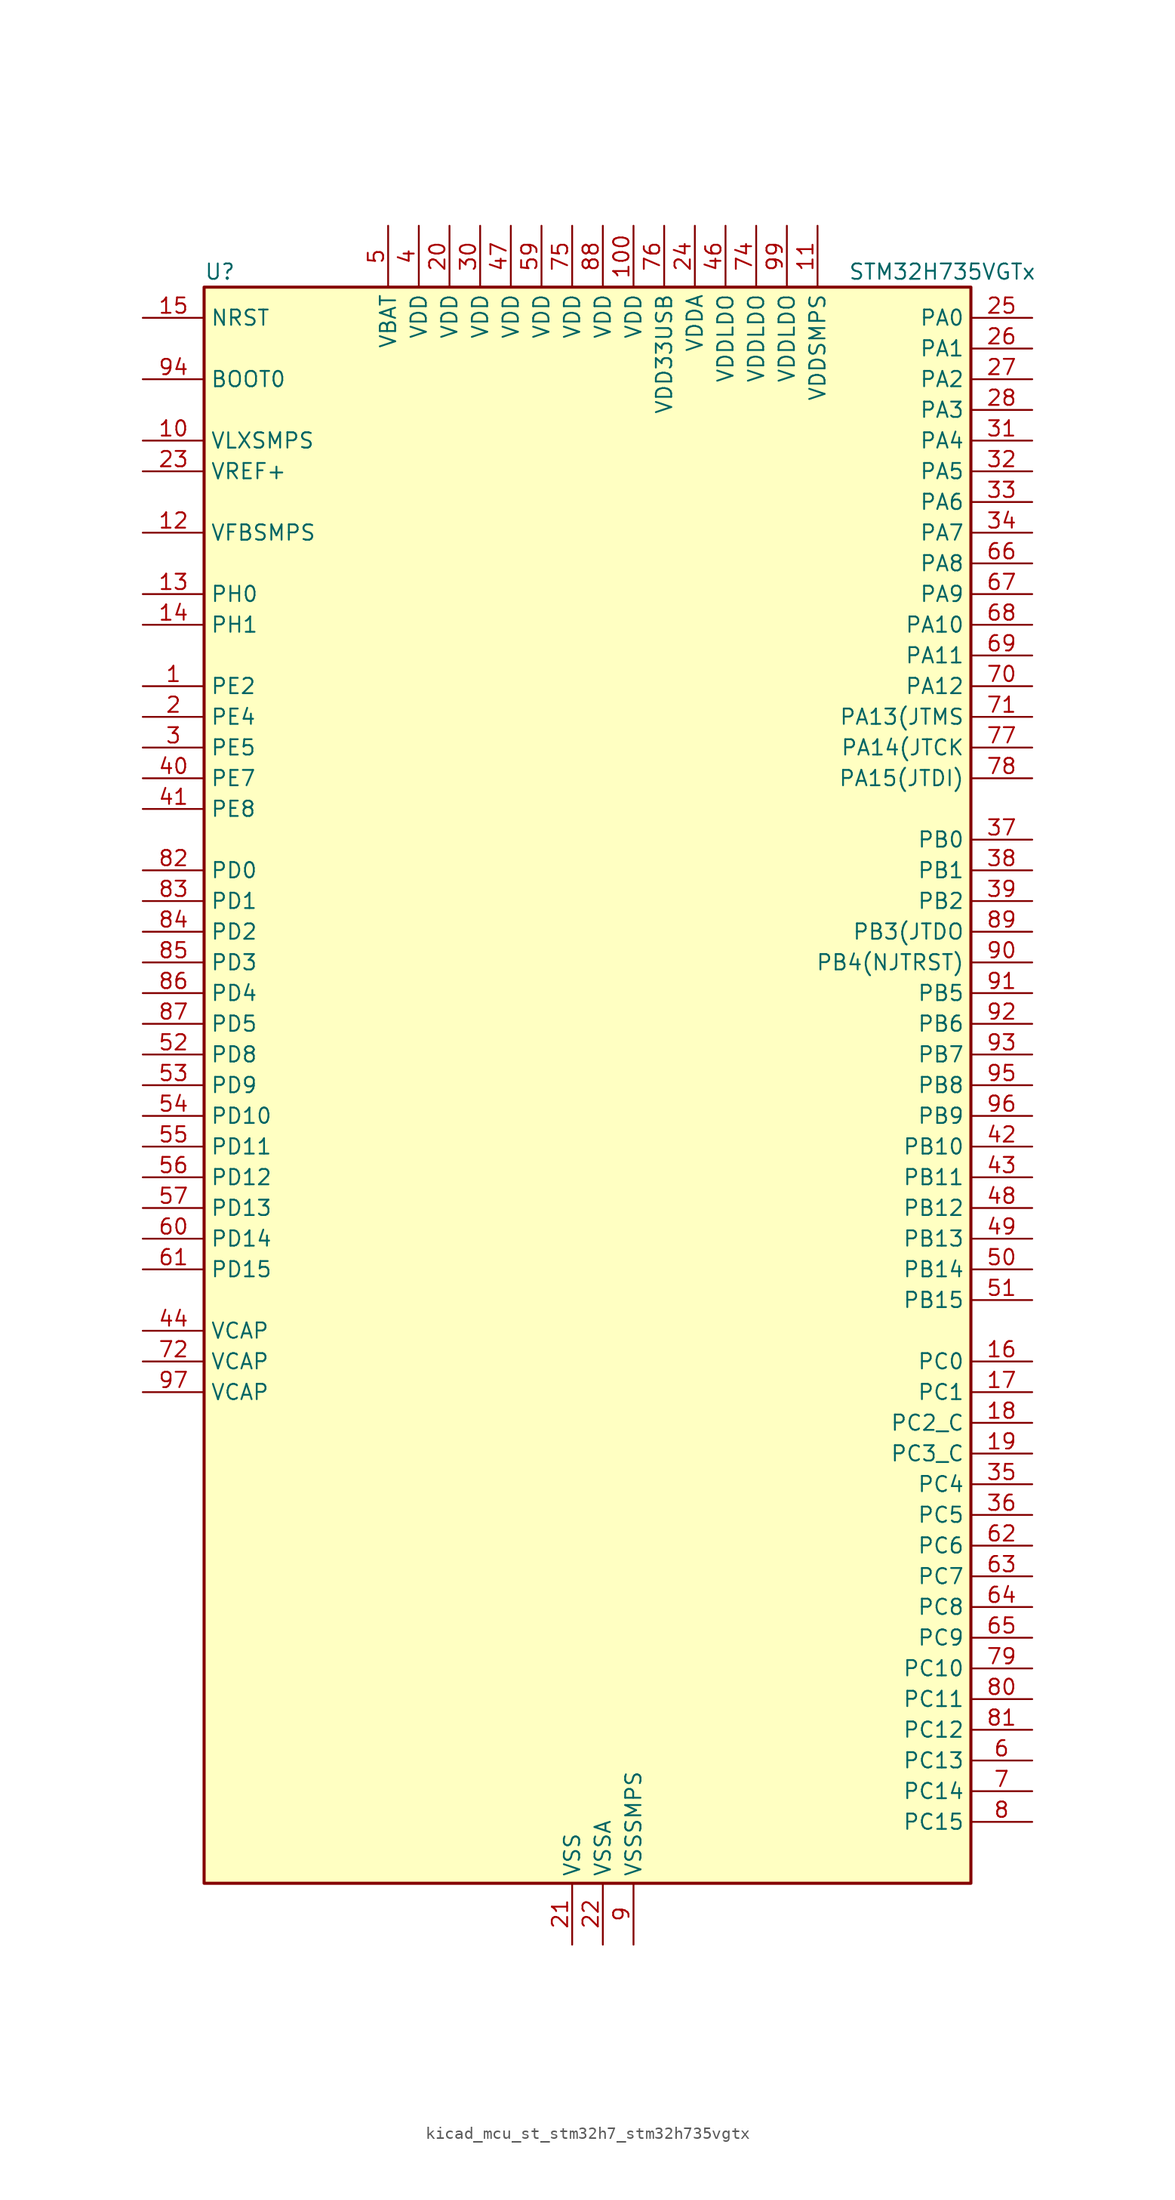
<source format=kicad_sym>
(kicad_symbol_lib
  (version 20220914)
  (generator kicad_symbol_editor)
  (symbol "kicad_mcu_st_stm32h7_stm32h735vgtx"
    (property "Reference" "U"
      (at -30.48 67.31 0)
      (effects (font (size 1.27 1.27)) (justify left)))
    (property "Value" "STM32H735VGTx"
      (at 22.86 67.31 0)
      (effects (font (size 1.27 1.27)) (justify left)))
    (property "ki_locked" ""
      (at 0 0 0)
      (effects (font (size 1.27 1.27))))
    (symbol "kicad_mcu_st_stm32h7_stm32h735vgtx_0_1"
      (rectangle (start -30.48 -66.04) (end 33.02 66.04) (stroke (width 0.254) (type default)) (fill (type background))))
    (symbol "kicad_mcu_st_stm32h7_stm32h735vgtx_1_1"
      (pin bidirectional line (at -35.56 33.02 0) (length 5.08) (name "PE2" (effects (font (size 1.27 1.27)))) (number "1" (effects (font (size 1.27 1.27)))) (alternate "DEBUG_TRACECLK" bidirectional line) (alternate "ETH_TXD3" bidirectional line) (alternate "FMC_A23" bidirectional line) (alternate "OCTOSPIM_P1_IO2" bidirectional line) (alternate "SAI1_CK1" bidirectional line) (alternate "SAI1_MCLK_A" bidirectional line) (alternate "SAI4_CK1" bidirectional line) (alternate "SAI4_MCLK_A" bidirectional line) (alternate "SPI4_SCK" bidirectional line))
      (pin power_in line (at -35.56 53.34 0) (length 5.08) (name "VLXSMPS" (effects (font (size 1.27 1.27)))) (number "10" (effects (font (size 1.27 1.27)))))
      (pin power_in line (at 5.08 71.12 270) (length 5.08) (name "VDD" (effects (font (size 1.27 1.27)))) (number "100" (effects (font (size 1.27 1.27)))))
      (pin power_in line (at 20.32 71.12 270) (length 5.08) (name "VDDSMPS" (effects (font (size 1.27 1.27)))) (number "11" (effects (font (size 1.27 1.27)))))
      (pin input line (at -35.56 45.72 0) (length 5.08) (name "VFBSMPS" (effects (font (size 1.27 1.27)))) (number "12" (effects (font (size 1.27 1.27)))))
      (pin bidirectional line (at -35.56 40.64 0) (length 5.08) (name "PH0" (effects (font (size 1.27 1.27)))) (number "13" (effects (font (size 1.27 1.27)))) (alternate "RCC_OSC_IN" bidirectional line))
      (pin bidirectional line (at -35.56 38.1 0) (length 5.08) (name "PH1" (effects (font (size 1.27 1.27)))) (number "14" (effects (font (size 1.27 1.27)))) (alternate "RCC_OSC_OUT" bidirectional line))
      (pin input line (at -35.56 63.5 0) (length 5.08) (name "NRST" (effects (font (size 1.27 1.27)))) (number "15" (effects (font (size 1.27 1.27)))))
      (pin bidirectional line (at 38.1 -22.86 180) (length 5.08) (name "PC0" (effects (font (size 1.27 1.27)))) (number "16" (effects (font (size 1.27 1.27)))) (alternate "ADC1_INP10" bidirectional line) (alternate "ADC2_INP10" bidirectional line) (alternate "ADC3_INP10" bidirectional line) (alternate "DFSDM1_CKIN0" bidirectional line) (alternate "DFSDM1_DATIN4" bidirectional line) (alternate "FMC_A25" bidirectional line) (alternate "FMC_D12" bidirectional line) (alternate "FMC_DA12" bidirectional line) (alternate "FMC_SDNWE" bidirectional line) (alternate "LTDC_G2" bidirectional line) (alternate "LTDC_R5" bidirectional line) (alternate "SAI4_FS_B" bidirectional line) (alternate "USB_OTG_HS_ULPI_STP" bidirectional line))
      (pin bidirectional line (at 38.1 -25.4 180) (length 5.08) (name "PC1" (effects (font (size 1.27 1.27)))) (number "17" (effects (font (size 1.27 1.27)))) (alternate "ADC1_INN10" bidirectional line) (alternate "ADC1_INP11" bidirectional line) (alternate "ADC2_INN10" bidirectional line) (alternate "ADC2_INP11" bidirectional line) (alternate "ADC3_INN10" bidirectional line) (alternate "ADC3_INP11" bidirectional line) (alternate "DEBUG_TRACED0" bidirectional line) (alternate "DFSDM1_CKIN4" bidirectional line) (alternate "DFSDM1_DATIN0" bidirectional line) (alternate "ETH_MDC" bidirectional line) (alternate "I2S2_SDO" bidirectional line) (alternate "LTDC_G5" bidirectional line) (alternate "MDIOS_MDC" bidirectional line) (alternate "OCTOSPIM_P1_IO4" bidirectional line) (alternate "PWR_WKUP6" bidirectional line) (alternate "RTC_TAMP3" bidirectional line) (alternate "SAI1_D1" bidirectional line) (alternate "SAI1_SD_A" bidirectional line) (alternate "SAI4_D1" bidirectional line) (alternate "SAI4_SD_A" bidirectional line) (alternate "SDMMC2_CK" bidirectional line) (alternate "SPI2_MOSI" bidirectional line))
      (pin bidirectional line (at 38.1 -27.94 180) (length 5.08) (name "PC2_C" (effects (font (size 1.27 1.27)))) (number "18" (effects (font (size 1.27 1.27)))) (alternate "ADC3_INN1" bidirectional line) (alternate "ADC3_INP0" bidirectional line) (alternate "DFSDM1_CKIN1" bidirectional line) (alternate "DFSDM1_CKOUT" bidirectional line) (alternate "ETH_TXD2" bidirectional line) (alternate "FMC_SDNE0" bidirectional line) (alternate "I2S2_SDI" bidirectional line) (alternate "OCTOSPIM_P1_IO2" bidirectional line) (alternate "OCTOSPIM_P1_IO5" bidirectional line) (alternate "PWR_CSTOP" bidirectional line) (alternate "SPI2_MISO" bidirectional line) (alternate "USB_OTG_HS_ULPI_DIR" bidirectional line))
      (pin bidirectional line (at 38.1 -30.48 180) (length 5.08) (name "PC3_C" (effects (font (size 1.27 1.27)))) (number "19" (effects (font (size 1.27 1.27)))) (alternate "ADC3_INP1" bidirectional line) (alternate "DFSDM1_DATIN1" bidirectional line) (alternate "ETH_TX_CLK" bidirectional line) (alternate "FMC_SDCKE0" bidirectional line) (alternate "I2S2_SDO" bidirectional line) (alternate "OCTOSPIM_P1_IO0" bidirectional line) (alternate "OCTOSPIM_P1_IO6" bidirectional line) (alternate "PWR_CSLEEP" bidirectional line) (alternate "SPI2_MOSI" bidirectional line) (alternate "USB_OTG_HS_ULPI_NXT" bidirectional line))
      (pin bidirectional line (at -35.56 30.48 0) (length 5.08) (name "PE4" (effects (font (size 1.27 1.27)))) (number "2" (effects (font (size 1.27 1.27)))) (alternate "DCMI_D4" bidirectional line) (alternate "DEBUG_TRACED1" bidirectional line) (alternate "DFSDM1_DATIN3" bidirectional line) (alternate "FMC_A20" bidirectional line) (alternate "LTDC_B0" bidirectional line) (alternate "PSSI_D4" bidirectional line) (alternate "SAI1_D2" bidirectional line) (alternate "SAI1_FS_A" bidirectional line) (alternate "SAI4_D2" bidirectional line) (alternate "SAI4_FS_A" bidirectional line) (alternate "SPI4_NSS" bidirectional line) (alternate "TIM15_CH1N" bidirectional line))
      (pin power_in line (at -10.16 71.12 270) (length 5.08) (name "VDD" (effects (font (size 1.27 1.27)))) (number "20" (effects (font (size 1.27 1.27)))))
      (pin power_in line (at 0 -71.12 90) (length 5.08) (name "VSS" (effects (font (size 1.27 1.27)))) (number "21" (effects (font (size 1.27 1.27)))))
      (pin power_in line (at 2.54 -71.12 90) (length 5.08) (name "VSSA" (effects (font (size 1.27 1.27)))) (number "22" (effects (font (size 1.27 1.27)))))
      (pin input line (at -35.56 50.8 0) (length 5.08) (name "VREF+" (effects (font (size 1.27 1.27)))) (number "23" (effects (font (size 1.27 1.27)))) (alternate "VREFBUF_OUT" bidirectional line))
      (pin power_in line (at 10.16 71.12 270) (length 5.08) (name "VDDA" (effects (font (size 1.27 1.27)))) (number "24" (effects (font (size 1.27 1.27)))))
      (pin bidirectional line (at 38.1 63.5 180) (length 5.08) (name "PA0" (effects (font (size 1.27 1.27)))) (number "25" (effects (font (size 1.27 1.27)))) (alternate "ADC1_INP16" bidirectional line) (alternate "ETH_CRS" bidirectional line) (alternate "FMC_A19" bidirectional line) (alternate "I2S6_WS" bidirectional line) (alternate "PWR_WKUP1" bidirectional line) (alternate "SAI4_SD_B" bidirectional line) (alternate "SDMMC2_CMD" bidirectional line) (alternate "SPI6_NSS" bidirectional line) (alternate "TIM15_BKIN" bidirectional line) (alternate "TIM2_CH1" bidirectional line) (alternate "TIM2_ETR" bidirectional line) (alternate "TIM5_CH1" bidirectional line) (alternate "TIM8_ETR" bidirectional line) (alternate "UART4_TX" bidirectional line) (alternate "USART2_CTS" bidirectional line) (alternate "USART2_NSS" bidirectional line))
      (pin bidirectional line (at 38.1 60.96 180) (length 5.08) (name "PA1" (effects (font (size 1.27 1.27)))) (number "26" (effects (font (size 1.27 1.27)))) (alternate "ADC1_INN16" bidirectional line) (alternate "ADC1_INP17" bidirectional line) (alternate "ETH_REF_CLK" bidirectional line) (alternate "ETH_RX_CLK" bidirectional line) (alternate "LPTIM3_OUT" bidirectional line) (alternate "LTDC_R2" bidirectional line) (alternate "OCTOSPIM_P1_DQS" bidirectional line) (alternate "OCTOSPIM_P1_IO3" bidirectional line) (alternate "SAI4_MCLK_B" bidirectional line) (alternate "TIM15_CH1N" bidirectional line) (alternate "TIM2_CH2" bidirectional line) (alternate "TIM5_CH2" bidirectional line) (alternate "UART4_RX" bidirectional line) (alternate "USART2_DE" bidirectional line) (alternate "USART2_RTS" bidirectional line))
      (pin bidirectional line (at 38.1 58.42 180) (length 5.08) (name "PA2" (effects (font (size 1.27 1.27)))) (number "27" (effects (font (size 1.27 1.27)))) (alternate "ADC1_INP14" bidirectional line) (alternate "ADC2_INP14" bidirectional line) (alternate "ETH_MDIO" bidirectional line) (alternate "LPTIM4_OUT" bidirectional line) (alternate "LTDC_R1" bidirectional line) (alternate "MDIOS_MDIO" bidirectional line) (alternate "OCTOSPIM_P1_IO0" bidirectional line) (alternate "PWR_WKUP2" bidirectional line) (alternate "SAI4_SCK_B" bidirectional line) (alternate "TIM15_CH1" bidirectional line) (alternate "TIM2_CH3" bidirectional line) (alternate "TIM5_CH3" bidirectional line) (alternate "USART2_TX" bidirectional line))
      (pin bidirectional line (at 38.1 55.88 180) (length 5.08) (name "PA3" (effects (font (size 1.27 1.27)))) (number "28" (effects (font (size 1.27 1.27)))) (alternate "ADC1_INP15" bidirectional line) (alternate "ADC2_INP15" bidirectional line) (alternate "ETH_COL" bidirectional line) (alternate "I2S6_MCK" bidirectional line) (alternate "LPTIM5_OUT" bidirectional line) (alternate "LTDC_B2" bidirectional line) (alternate "LTDC_B5" bidirectional line) (alternate "OCTOSPIM_P1_CLK" bidirectional line) (alternate "OCTOSPIM_P1_IO2" bidirectional line) (alternate "TIM15_CH2" bidirectional line) (alternate "TIM2_CH4" bidirectional line) (alternate "TIM5_CH4" bidirectional line) (alternate "USART2_RX" bidirectional line) (alternate "USB_OTG_HS_ULPI_D0" bidirectional line))
      (pin passive line (at 0 -71.12 90) (length 5.08) hide (name "VSS" (effects (font (size 1.27 1.27)))) (number "29" (effects (font (size 1.27 1.27)))))
      (pin bidirectional line (at -35.56 27.94 0) (length 5.08) (name "PE5" (effects (font (size 1.27 1.27)))) (number "3" (effects (font (size 1.27 1.27)))) (alternate "DCMI_D6" bidirectional line) (alternate "DEBUG_TRACED2" bidirectional line) (alternate "DFSDM1_CKIN3" bidirectional line) (alternate "FMC_A21" bidirectional line) (alternate "LTDC_G0" bidirectional line) (alternate "PSSI_D6" bidirectional line) (alternate "SAI1_CK2" bidirectional line) (alternate "SAI1_SCK_A" bidirectional line) (alternate "SAI4_CK2" bidirectional line) (alternate "SAI4_SCK_A" bidirectional line) (alternate "SPI4_MISO" bidirectional line) (alternate "TIM15_CH1" bidirectional line))
      (pin power_in line (at -7.62 71.12 270) (length 5.08) (name "VDD" (effects (font (size 1.27 1.27)))) (number "30" (effects (font (size 1.27 1.27)))))
      (pin bidirectional line (at 38.1 53.34 180) (length 5.08) (name "PA4" (effects (font (size 1.27 1.27)))) (number "31" (effects (font (size 1.27 1.27)))) (alternate "ADC1_INP18" bidirectional line) (alternate "ADC2_INP18" bidirectional line) (alternate "DAC1_OUT1" bidirectional line) (alternate "DCMI_HSYNC" bidirectional line) (alternate "FMC_D8" bidirectional line) (alternate "FMC_DA8" bidirectional line) (alternate "I2S1_WS" bidirectional line) (alternate "I2S3_WS" bidirectional line) (alternate "I2S6_WS" bidirectional line) (alternate "LTDC_VSYNC" bidirectional line) (alternate "PSSI_DE" bidirectional line) (alternate "SPI1_NSS" bidirectional line) (alternate "SPI3_NSS" bidirectional line) (alternate "SPI6_NSS" bidirectional line) (alternate "TIM5_ETR" bidirectional line) (alternate "USART2_CK" bidirectional line))
      (pin bidirectional line (at 38.1 50.8 180) (length 5.08) (name "PA5" (effects (font (size 1.27 1.27)))) (number "32" (effects (font (size 1.27 1.27)))) (alternate "ADC1_INN18" bidirectional line) (alternate "ADC1_INP19" bidirectional line) (alternate "ADC2_INN18" bidirectional line) (alternate "ADC2_INP19" bidirectional line) (alternate "DAC1_OUT2" bidirectional line) (alternate "FMC_D9" bidirectional line) (alternate "FMC_DA9" bidirectional line) (alternate "I2S1_CK" bidirectional line) (alternate "I2S6_CK" bidirectional line) (alternate "LTDC_R4" bidirectional line) (alternate "PSSI_D14" bidirectional line) (alternate "PWR_NDSTOP2" bidirectional line) (alternate "SPI1_SCK" bidirectional line) (alternate "SPI6_SCK" bidirectional line) (alternate "TIM2_CH1" bidirectional line) (alternate "TIM2_ETR" bidirectional line) (alternate "TIM8_CH1N" bidirectional line) (alternate "USB_OTG_HS_ULPI_CK" bidirectional line))
      (pin bidirectional line (at 38.1 48.26 180) (length 5.08) (name "PA6" (effects (font (size 1.27 1.27)))) (number "33" (effects (font (size 1.27 1.27)))) (alternate "ADC1_INP3" bidirectional line) (alternate "ADC2_INP3" bidirectional line) (alternate "DCMI_PIXCLK" bidirectional line) (alternate "I2S1_SDI" bidirectional line) (alternate "I2S6_SDI" bidirectional line) (alternate "LTDC_G2" bidirectional line) (alternate "MDIOS_MDC" bidirectional line) (alternate "OCTOSPIM_P1_IO3" bidirectional line) (alternate "PSSI_PDCK" bidirectional line) (alternate "SPI1_MISO" bidirectional line) (alternate "SPI6_MISO" bidirectional line) (alternate "TIM13_CH1" bidirectional line) (alternate "TIM1_BKIN" bidirectional line) (alternate "TIM1_BKIN_COMP1" bidirectional line) (alternate "TIM1_BKIN_COMP2" bidirectional line) (alternate "TIM3_CH1" bidirectional line) (alternate "TIM8_BKIN" bidirectional line) (alternate "TIM8_BKIN_COMP1" bidirectional line) (alternate "TIM8_BKIN_COMP2" bidirectional line))
      (pin bidirectional line (at 38.1 45.72 180) (length 5.08) (name "PA7" (effects (font (size 1.27 1.27)))) (number "34" (effects (font (size 1.27 1.27)))) (alternate "ADC1_INN3" bidirectional line) (alternate "ADC1_INP7" bidirectional line) (alternate "ADC2_INN3" bidirectional line) (alternate "ADC2_INP7" bidirectional line) (alternate "ETH_CRS_DV" bidirectional line) (alternate "ETH_RX_DV" bidirectional line) (alternate "FMC_SDNWE" bidirectional line) (alternate "I2S1_SDO" bidirectional line) (alternate "I2S6_SDO" bidirectional line) (alternate "LTDC_VSYNC" bidirectional line) (alternate "OCTOSPIM_P1_IO2" bidirectional line) (alternate "OPAMP1_VINM" bidirectional line) (alternate "SPI1_MOSI" bidirectional line) (alternate "SPI6_MOSI" bidirectional line) (alternate "TIM14_CH1" bidirectional line) (alternate "TIM1_CH1N" bidirectional line) (alternate "TIM3_CH2" bidirectional line) (alternate "TIM8_CH1N" bidirectional line))
      (pin bidirectional line (at 38.1 -33.02 180) (length 5.08) (name "PC4" (effects (font (size 1.27 1.27)))) (number "35" (effects (font (size 1.27 1.27)))) (alternate "ADC1_INP4" bidirectional line) (alternate "ADC2_INP4" bidirectional line) (alternate "COMP1_INM" bidirectional line) (alternate "DFSDM1_CKIN2" bidirectional line) (alternate "ETH_RXD0" bidirectional line) (alternate "FMC_A22" bidirectional line) (alternate "FMC_SDNE0" bidirectional line) (alternate "I2S1_MCK" bidirectional line) (alternate "LTDC_R7" bidirectional line) (alternate "OPAMP1_VOUT" bidirectional line) (alternate "SDMMC2_CKIN" bidirectional line) (alternate "SPDIFRX1_IN2" bidirectional line))
      (pin bidirectional line (at 38.1 -35.56 180) (length 5.08) (name "PC5" (effects (font (size 1.27 1.27)))) (number "36" (effects (font (size 1.27 1.27)))) (alternate "ADC1_INN4" bidirectional line) (alternate "ADC1_INP8" bidirectional line) (alternate "ADC2_INN4" bidirectional line) (alternate "ADC2_INP8" bidirectional line) (alternate "COMP1_OUT" bidirectional line) (alternate "DFSDM1_DATIN2" bidirectional line) (alternate "ETH_RXD1" bidirectional line) (alternate "FMC_SDCKE0" bidirectional line) (alternate "LTDC_DE" bidirectional line) (alternate "OCTOSPIM_P1_DQS" bidirectional line) (alternate "OPAMP1_VINM" bidirectional line) (alternate "PSSI_D15" bidirectional line) (alternate "SAI1_D3" bidirectional line) (alternate "SAI4_D3" bidirectional line) (alternate "SPDIFRX1_IN3" bidirectional line))
      (pin bidirectional line (at 38.1 20.32 180) (length 5.08) (name "PB0" (effects (font (size 1.27 1.27)))) (number "37" (effects (font (size 1.27 1.27)))) (alternate "ADC1_INN5" bidirectional line) (alternate "ADC1_INP9" bidirectional line) (alternate "ADC2_INN5" bidirectional line) (alternate "ADC2_INP9" bidirectional line) (alternate "COMP1_INP" bidirectional line) (alternate "DFSDM1_CKOUT" bidirectional line) (alternate "ETH_RXD2" bidirectional line) (alternate "LTDC_G1" bidirectional line) (alternate "LTDC_R3" bidirectional line) (alternate "OCTOSPIM_P1_IO1" bidirectional line) (alternate "OPAMP1_VINP" bidirectional line) (alternate "TIM1_CH2N" bidirectional line) (alternate "TIM3_CH3" bidirectional line) (alternate "TIM8_CH2N" bidirectional line) (alternate "UART4_CTS" bidirectional line) (alternate "USB_OTG_HS_ULPI_D1" bidirectional line))
      (pin bidirectional line (at 38.1 17.78 180) (length 5.08) (name "PB1" (effects (font (size 1.27 1.27)))) (number "38" (effects (font (size 1.27 1.27)))) (alternate "ADC1_INP5" bidirectional line) (alternate "ADC2_INP5" bidirectional line) (alternate "COMP1_INM" bidirectional line) (alternate "DFSDM1_DATIN1" bidirectional line) (alternate "ETH_RXD3" bidirectional line) (alternate "LTDC_G0" bidirectional line) (alternate "LTDC_R6" bidirectional line) (alternate "OCTOSPIM_P1_IO0" bidirectional line) (alternate "TIM1_CH3N" bidirectional line) (alternate "TIM3_CH4" bidirectional line) (alternate "TIM8_CH3N" bidirectional line) (alternate "USB_OTG_HS_ULPI_D2" bidirectional line))
      (pin bidirectional line (at 38.1 15.24 180) (length 5.08) (name "PB2" (effects (font (size 1.27 1.27)))) (number "39" (effects (font (size 1.27 1.27)))) (alternate "COMP1_INP" bidirectional line) (alternate "DFSDM1_CKIN1" bidirectional line) (alternate "ETH_TX_ER" bidirectional line) (alternate "I2S3_SDO" bidirectional line) (alternate "OCTOSPIM_P1_CLK" bidirectional line) (alternate "OCTOSPIM_P1_DQS" bidirectional line) (alternate "RTC_OUT_ALARM" bidirectional line) (alternate "RTC_OUT_CALIB" bidirectional line) (alternate "SAI1_D1" bidirectional line) (alternate "SAI1_SD_A" bidirectional line) (alternate "SAI4_D1" bidirectional line) (alternate "SAI4_SD_A" bidirectional line) (alternate "SPI3_MOSI" bidirectional line) (alternate "TIM23_ETR" bidirectional line))
      (pin power_in line (at -12.7 71.12 270) (length 5.08) (name "VDD" (effects (font (size 1.27 1.27)))) (number "4" (effects (font (size 1.27 1.27)))))
      (pin bidirectional line (at -35.56 25.4 0) (length 5.08) (name "PE7" (effects (font (size 1.27 1.27)))) (number "40" (effects (font (size 1.27 1.27)))) (alternate "COMP2_INM" bidirectional line) (alternate "DFSDM1_DATIN2" bidirectional line) (alternate "FMC_D4" bidirectional line) (alternate "FMC_DA4" bidirectional line) (alternate "OCTOSPIM_P1_IO4" bidirectional line) (alternate "OPAMP2_VOUT" bidirectional line) (alternate "TIM1_ETR" bidirectional line) (alternate "UART7_RX" bidirectional line))
      (pin bidirectional line (at -35.56 22.86 0) (length 5.08) (name "PE8" (effects (font (size 1.27 1.27)))) (number "41" (effects (font (size 1.27 1.27)))) (alternate "COMP2_OUT" bidirectional line) (alternate "DFSDM1_CKIN2" bidirectional line) (alternate "FMC_D5" bidirectional line) (alternate "FMC_DA5" bidirectional line) (alternate "OCTOSPIM_P1_IO5" bidirectional line) (alternate "OPAMP2_VINM" bidirectional line) (alternate "TIM1_CH1N" bidirectional line) (alternate "UART7_TX" bidirectional line))
      (pin bidirectional line (at 38.1 -5.08 180) (length 5.08) (name "PB10" (effects (font (size 1.27 1.27)))) (number "42" (effects (font (size 1.27 1.27)))) (alternate "DFSDM1_DATIN7" bidirectional line) (alternate "ETH_RX_ER" bidirectional line) (alternate "I2C2_SCL" bidirectional line) (alternate "I2S2_CK" bidirectional line) (alternate "LPTIM2_IN1" bidirectional line) (alternate "LTDC_G4" bidirectional line) (alternate "OCTOSPIM_P1_NCS" bidirectional line) (alternate "SPI2_SCK" bidirectional line) (alternate "TIM2_CH3" bidirectional line) (alternate "USART3_TX" bidirectional line) (alternate "USB_OTG_HS_ULPI_D3" bidirectional line))
      (pin bidirectional line (at 38.1 -7.62 180) (length 5.08) (name "PB11" (effects (font (size 1.27 1.27)))) (number "43" (effects (font (size 1.27 1.27)))) (alternate "ADC1_EXTI11" bidirectional line) (alternate "ADC2_EXTI11" bidirectional line) (alternate "ADC3_EXTI11" bidirectional line) (alternate "DFSDM1_CKIN7" bidirectional line) (alternate "ETH_TX_EN" bidirectional line) (alternate "I2C2_SDA" bidirectional line) (alternate "LPTIM2_ETR" bidirectional line) (alternate "LTDC_G5" bidirectional line) (alternate "TIM2_CH4" bidirectional line) (alternate "USART3_RX" bidirectional line) (alternate "USB_OTG_HS_ULPI_D4" bidirectional line))
      (pin power_out line (at -35.56 -20.32 0) (length 5.08) (name "VCAP" (effects (font (size 1.27 1.27)))) (number "44" (effects (font (size 1.27 1.27)))))
      (pin passive line (at 0 -71.12 90) (length 5.08) hide (name "VSS" (effects (font (size 1.27 1.27)))) (number "45" (effects (font (size 1.27 1.27)))))
      (pin power_in line (at 12.7 71.12 270) (length 5.08) (name "VDDLDO" (effects (font (size 1.27 1.27)))) (number "46" (effects (font (size 1.27 1.27)))))
      (pin power_in line (at -5.08 71.12 270) (length 5.08) (name "VDD" (effects (font (size 1.27 1.27)))) (number "47" (effects (font (size 1.27 1.27)))))
      (pin bidirectional line (at 38.1 -10.16 180) (length 5.08) (name "PB12" (effects (font (size 1.27 1.27)))) (number "48" (effects (font (size 1.27 1.27)))) (alternate "DFSDM1_DATIN1" bidirectional line) (alternate "ETH_TXD0" bidirectional line) (alternate "FDCAN2_RX" bidirectional line) (alternate "I2C2_SMBA" bidirectional line) (alternate "I2S2_WS" bidirectional line) (alternate "OCTOSPIM_P1_IO0" bidirectional line) (alternate "OCTOSPIM_P1_NCLK" bidirectional line) (alternate "SPI2_NSS" bidirectional line) (alternate "TIM1_BKIN" bidirectional line) (alternate "TIM1_BKIN_COMP1" bidirectional line) (alternate "TIM1_BKIN_COMP2" bidirectional line) (alternate "UART5_RX" bidirectional line) (alternate "USART3_CK" bidirectional line) (alternate "USB_OTG_HS_ULPI_D5" bidirectional line))
      (pin bidirectional line (at 38.1 -12.7 180) (length 5.08) (name "PB13" (effects (font (size 1.27 1.27)))) (number "49" (effects (font (size 1.27 1.27)))) (alternate "DCMI_D2" bidirectional line) (alternate "DFSDM1_CKIN1" bidirectional line) (alternate "ETH_TXD1" bidirectional line) (alternate "FDCAN2_TX" bidirectional line) (alternate "I2S2_CK" bidirectional line) (alternate "LPTIM2_OUT" bidirectional line) (alternate "OCTOSPIM_P1_IO2" bidirectional line) (alternate "PSSI_D2" bidirectional line) (alternate "SDMMC1_D0" bidirectional line) (alternate "SPI2_SCK" bidirectional line) (alternate "TIM1_CH1N" bidirectional line) (alternate "UART5_TX" bidirectional line) (alternate "USART3_CTS" bidirectional line) (alternate "USART3_NSS" bidirectional line) (alternate "USB_OTG_HS_ULPI_D6" bidirectional line))
      (pin power_in line (at -15.24 71.12 270) (length 5.08) (name "VBAT" (effects (font (size 1.27 1.27)))) (number "5" (effects (font (size 1.27 1.27)))))
      (pin bidirectional line (at 38.1 -15.24 180) (length 5.08) (name "PB14" (effects (font (size 1.27 1.27)))) (number "50" (effects (font (size 1.27 1.27)))) (alternate "DFSDM1_DATIN2" bidirectional line) (alternate "FMC_D10" bidirectional line) (alternate "FMC_DA10" bidirectional line) (alternate "I2S2_SDI" bidirectional line) (alternate "LTDC_CLK" bidirectional line) (alternate "SDMMC2_D0" bidirectional line) (alternate "SPI2_MISO" bidirectional line) (alternate "TIM12_CH1" bidirectional line) (alternate "TIM1_CH2N" bidirectional line) (alternate "TIM8_CH2N" bidirectional line) (alternate "UART4_DE" bidirectional line) (alternate "UART4_RTS" bidirectional line) (alternate "USART1_TX" bidirectional line) (alternate "USART3_DE" bidirectional line) (alternate "USART3_RTS" bidirectional line))
      (pin bidirectional line (at 38.1 -17.78 180) (length 5.08) (name "PB15" (effects (font (size 1.27 1.27)))) (number "51" (effects (font (size 1.27 1.27)))) (alternate "ADC1_EXTI15" bidirectional line) (alternate "ADC2_EXTI15" bidirectional line) (alternate "ADC3_EXTI15" bidirectional line) (alternate "DFSDM1_CKIN2" bidirectional line) (alternate "FMC_D11" bidirectional line) (alternate "FMC_DA11" bidirectional line) (alternate "I2S2_SDO" bidirectional line) (alternate "LTDC_G7" bidirectional line) (alternate "RTC_REFIN" bidirectional line) (alternate "SDMMC2_D1" bidirectional line) (alternate "SPI2_MOSI" bidirectional line) (alternate "TIM12_CH2" bidirectional line) (alternate "TIM1_CH3N" bidirectional line) (alternate "TIM8_CH3N" bidirectional line) (alternate "UART4_CTS" bidirectional line) (alternate "USART1_RX" bidirectional line))
      (pin bidirectional line (at -35.56 2.54 0) (length 5.08) (name "PD8" (effects (font (size 1.27 1.27)))) (number "52" (effects (font (size 1.27 1.27)))) (alternate "DFSDM1_CKIN3" bidirectional line) (alternate "FMC_D13" bidirectional line) (alternate "FMC_DA13" bidirectional line) (alternate "SPDIFRX1_IN1" bidirectional line) (alternate "USART3_TX" bidirectional line))
      (pin bidirectional line (at -35.56 0 0) (length 5.08) (name "PD9" (effects (font (size 1.27 1.27)))) (number "53" (effects (font (size 1.27 1.27)))) (alternate "DAC1_EXTI9" bidirectional line) (alternate "DFSDM1_DATIN3" bidirectional line) (alternate "FMC_D14" bidirectional line) (alternate "FMC_DA14" bidirectional line) (alternate "USART3_RX" bidirectional line))
      (pin bidirectional line (at -35.56 -2.54 0) (length 5.08) (name "PD10" (effects (font (size 1.27 1.27)))) (number "54" (effects (font (size 1.27 1.27)))) (alternate "DFSDM1_CKOUT" bidirectional line) (alternate "FMC_D15" bidirectional line) (alternate "FMC_DA15" bidirectional line) (alternate "LTDC_B3" bidirectional line) (alternate "USART3_CK" bidirectional line))
      (pin bidirectional line (at -35.56 -5.08 0) (length 5.08) (name "PD11" (effects (font (size 1.27 1.27)))) (number "55" (effects (font (size 1.27 1.27)))) (alternate "ADC1_EXTI11" bidirectional line) (alternate "ADC2_EXTI11" bidirectional line) (alternate "ADC3_EXTI11" bidirectional line) (alternate "FMC_A16" bidirectional line) (alternate "FMC_CLE" bidirectional line) (alternate "I2C4_SMBA" bidirectional line) (alternate "LPTIM2_IN2" bidirectional line) (alternate "OCTOSPIM_P1_IO0" bidirectional line) (alternate "SAI4_SD_A" bidirectional line) (alternate "USART3_CTS" bidirectional line) (alternate "USART3_NSS" bidirectional line))
      (pin bidirectional line (at -35.56 -7.62 0) (length 5.08) (name "PD12" (effects (font (size 1.27 1.27)))) (number "56" (effects (font (size 1.27 1.27)))) (alternate "DCMI_D12" bidirectional line) (alternate "FDCAN3_RX" bidirectional line) (alternate "FMC_A17" bidirectional line) (alternate "FMC_ALE" bidirectional line) (alternate "I2C4_SCL" bidirectional line) (alternate "LPTIM1_IN1" bidirectional line) (alternate "LPTIM2_IN1" bidirectional line) (alternate "OCTOSPIM_P1_IO1" bidirectional line) (alternate "PSSI_D12" bidirectional line) (alternate "SAI4_FS_A" bidirectional line) (alternate "TIM4_CH1" bidirectional line) (alternate "USART3_DE" bidirectional line) (alternate "USART3_RTS" bidirectional line))
      (pin bidirectional line (at -35.56 -10.16 0) (length 5.08) (name "PD13" (effects (font (size 1.27 1.27)))) (number "57" (effects (font (size 1.27 1.27)))) (alternate "DCMI_D13" bidirectional line) (alternate "FDCAN3_TX" bidirectional line) (alternate "FMC_A18" bidirectional line) (alternate "I2C4_SDA" bidirectional line) (alternate "LPTIM1_OUT" bidirectional line) (alternate "OCTOSPIM_P1_IO3" bidirectional line) (alternate "PSSI_D13" bidirectional line) (alternate "SAI4_SCK_A" bidirectional line) (alternate "TIM4_CH2" bidirectional line) (alternate "UART9_DE" bidirectional line) (alternate "UART9_RTS" bidirectional line))
      (pin passive line (at 0 -71.12 90) (length 5.08) hide (name "VSS" (effects (font (size 1.27 1.27)))) (number "58" (effects (font (size 1.27 1.27)))))
      (pin power_in line (at -2.54 71.12 270) (length 5.08) (name "VDD" (effects (font (size 1.27 1.27)))) (number "59" (effects (font (size 1.27 1.27)))))
      (pin bidirectional line (at 38.1 -55.88 180) (length 5.08) (name "PC13" (effects (font (size 1.27 1.27)))) (number "6" (effects (font (size 1.27 1.27)))) (alternate "PWR_WKUP4" bidirectional line) (alternate "RTC_OUT_ALARM" bidirectional line) (alternate "RTC_OUT_CALIB" bidirectional line) (alternate "RTC_TAMP1" bidirectional line) (alternate "RTC_TS" bidirectional line))
      (pin bidirectional line (at -35.56 -12.7 0) (length 5.08) (name "PD14" (effects (font (size 1.27 1.27)))) (number "60" (effects (font (size 1.27 1.27)))) (alternate "FMC_D0" bidirectional line) (alternate "FMC_DA0" bidirectional line) (alternate "TIM4_CH3" bidirectional line) (alternate "UART9_RX" bidirectional line))
      (pin bidirectional line (at -35.56 -15.24 0) (length 5.08) (name "PD15" (effects (font (size 1.27 1.27)))) (number "61" (effects (font (size 1.27 1.27)))) (alternate "ADC1_EXTI15" bidirectional line) (alternate "ADC2_EXTI15" bidirectional line) (alternate "ADC3_EXTI15" bidirectional line) (alternate "FMC_D1" bidirectional line) (alternate "FMC_DA1" bidirectional line) (alternate "TIM4_CH4" bidirectional line) (alternate "UART9_TX" bidirectional line))
      (pin bidirectional line (at 38.1 -38.1 180) (length 5.08) (name "PC6" (effects (font (size 1.27 1.27)))) (number "62" (effects (font (size 1.27 1.27)))) (alternate "DCMI_D0" bidirectional line) (alternate "DFSDM1_CKIN3" bidirectional line) (alternate "FMC_NWAIT" bidirectional line) (alternate "I2S2_MCK" bidirectional line) (alternate "LTDC_HSYNC" bidirectional line) (alternate "PSSI_D0" bidirectional line) (alternate "SDMMC1_D0DIR" bidirectional line) (alternate "SDMMC1_D6" bidirectional line) (alternate "SDMMC2_D6" bidirectional line) (alternate "SWPMI1_IO" bidirectional line) (alternate "TIM3_CH1" bidirectional line) (alternate "TIM8_CH1" bidirectional line) (alternate "USART6_TX" bidirectional line))
      (pin bidirectional line (at 38.1 -40.64 180) (length 5.08) (name "PC7" (effects (font (size 1.27 1.27)))) (number "63" (effects (font (size 1.27 1.27)))) (alternate "DCMI_D1" bidirectional line) (alternate "DEBUG_TRGIO" bidirectional line) (alternate "DFSDM1_DATIN3" bidirectional line) (alternate "FMC_NE1" bidirectional line) (alternate "I2S3_MCK" bidirectional line) (alternate "LTDC_G6" bidirectional line) (alternate "PSSI_D1" bidirectional line) (alternate "SDMMC1_D123DIR" bidirectional line) (alternate "SDMMC1_D7" bidirectional line) (alternate "SDMMC2_D7" bidirectional line) (alternate "SWPMI1_TX" bidirectional line) (alternate "TIM3_CH2" bidirectional line) (alternate "TIM8_CH2" bidirectional line) (alternate "USART6_RX" bidirectional line))
      (pin bidirectional line (at 38.1 -43.18 180) (length 5.08) (name "PC8" (effects (font (size 1.27 1.27)))) (number "64" (effects (font (size 1.27 1.27)))) (alternate "DCMI_D2" bidirectional line) (alternate "DEBUG_TRACED1" bidirectional line) (alternate "FMC_INT" bidirectional line) (alternate "FMC_NCE" bidirectional line) (alternate "FMC_NE2" bidirectional line) (alternate "PSSI_D2" bidirectional line) (alternate "SDMMC1_D0" bidirectional line) (alternate "SWPMI1_RX" bidirectional line) (alternate "TIM3_CH3" bidirectional line) (alternate "TIM8_CH3" bidirectional line) (alternate "UART5_DE" bidirectional line) (alternate "UART5_RTS" bidirectional line) (alternate "USART6_CK" bidirectional line))
      (pin bidirectional line (at 38.1 -45.72 180) (length 5.08) (name "PC9" (effects (font (size 1.27 1.27)))) (number "65" (effects (font (size 1.27 1.27)))) (alternate "DAC1_EXTI9" bidirectional line) (alternate "DCMI_D3" bidirectional line) (alternate "I2C3_SDA" bidirectional line) (alternate "I2C5_SDA" bidirectional line) (alternate "I2S_CKIN" bidirectional line) (alternate "LTDC_B2" bidirectional line) (alternate "LTDC_G3" bidirectional line) (alternate "OCTOSPIM_P1_IO0" bidirectional line) (alternate "PSSI_D3" bidirectional line) (alternate "RCC_MCO_2" bidirectional line) (alternate "SDMMC1_D1" bidirectional line) (alternate "SWPMI1_SUSPEND" bidirectional line) (alternate "TIM3_CH4" bidirectional line) (alternate "TIM8_CH4" bidirectional line) (alternate "UART5_CTS" bidirectional line))
      (pin bidirectional line (at 38.1 43.18 180) (length 5.08) (name "PA8" (effects (font (size 1.27 1.27)))) (number "66" (effects (font (size 1.27 1.27)))) (alternate "I2C3_SCL" bidirectional line) (alternate "I2C5_SCL" bidirectional line) (alternate "LTDC_B3" bidirectional line) (alternate "LTDC_R6" bidirectional line) (alternate "RCC_MCO_1" bidirectional line) (alternate "TIM1_CH1" bidirectional line) (alternate "TIM8_BKIN2" bidirectional line) (alternate "TIM8_BKIN2_COMP1" bidirectional line) (alternate "TIM8_BKIN2_COMP2" bidirectional line) (alternate "UART7_RX" bidirectional line) (alternate "USART1_CK" bidirectional line) (alternate "USB_OTG_HS_SOF" bidirectional line))
      (pin bidirectional line (at 38.1 40.64 180) (length 5.08) (name "PA9" (effects (font (size 1.27 1.27)))) (number "67" (effects (font (size 1.27 1.27)))) (alternate "DAC1_EXTI9" bidirectional line) (alternate "DCMI_D0" bidirectional line) (alternate "ETH_TX_ER" bidirectional line) (alternate "I2C3_SMBA" bidirectional line) (alternate "I2C5_SMBA" bidirectional line) (alternate "I2S2_CK" bidirectional line) (alternate "LPUART1_TX" bidirectional line) (alternate "LTDC_R5" bidirectional line) (alternate "PSSI_D0" bidirectional line) (alternate "SPI2_SCK" bidirectional line) (alternate "TIM1_CH2" bidirectional line) (alternate "USART1_TX" bidirectional line) (alternate "USB_OTG_HS_VBUS" bidirectional line))
      (pin bidirectional line (at 38.1 38.1 180) (length 5.08) (name "PA10" (effects (font (size 1.27 1.27)))) (number "68" (effects (font (size 1.27 1.27)))) (alternate "DCMI_D1" bidirectional line) (alternate "LPUART1_RX" bidirectional line) (alternate "LTDC_B1" bidirectional line) (alternate "LTDC_B4" bidirectional line) (alternate "MDIOS_MDIO" bidirectional line) (alternate "PSSI_D1" bidirectional line) (alternate "TIM1_CH3" bidirectional line) (alternate "USART1_RX" bidirectional line) (alternate "USB_OTG_HS_ID" bidirectional line))
      (pin bidirectional line (at 38.1 35.56 180) (length 5.08) (name "PA11" (effects (font (size 1.27 1.27)))) (number "69" (effects (font (size 1.27 1.27)))) (alternate "ADC1_EXTI11" bidirectional line) (alternate "ADC2_EXTI11" bidirectional line) (alternate "ADC3_EXTI11" bidirectional line) (alternate "FDCAN1_RX" bidirectional line) (alternate "I2S2_WS" bidirectional line) (alternate "LPUART1_CTS" bidirectional line) (alternate "LTDC_R4" bidirectional line) (alternate "SPI2_NSS" bidirectional line) (alternate "TIM1_CH4" bidirectional line) (alternate "UART4_RX" bidirectional line) (alternate "USART1_CTS" bidirectional line) (alternate "USART1_NSS" bidirectional line) (alternate "USB_OTG_HS_DM" bidirectional line))
      (pin bidirectional line (at 38.1 -58.42 180) (length 5.08) (name "PC14" (effects (font (size 1.27 1.27)))) (number "7" (effects (font (size 1.27 1.27)))) (alternate "RCC_OSC32_IN" bidirectional line))
      (pin bidirectional line (at 38.1 33.02 180) (length 5.08) (name "PA12" (effects (font (size 1.27 1.27)))) (number "70" (effects (font (size 1.27 1.27)))) (alternate "FDCAN1_TX" bidirectional line) (alternate "I2S2_CK" bidirectional line) (alternate "LPUART1_DE" bidirectional line) (alternate "LPUART1_RTS" bidirectional line) (alternate "LTDC_R5" bidirectional line) (alternate "SAI4_FS_B" bidirectional line) (alternate "SPI2_SCK" bidirectional line) (alternate "TIM1_BKIN2" bidirectional line) (alternate "TIM1_ETR" bidirectional line) (alternate "UART4_TX" bidirectional line) (alternate "USART1_DE" bidirectional line) (alternate "USART1_RTS" bidirectional line) (alternate "USB_OTG_HS_DP" bidirectional line))
      (pin bidirectional line (at 38.1 30.48 180) (length 5.08) (name "PA13(JTMS" (effects (font (size 1.27 1.27)))) (number "71" (effects (font (size 1.27 1.27)))) (alternate "DEBUG_JTMS-SWDIO" bidirectional line))
      (pin power_out line (at -35.56 -22.86 0) (length 5.08) (name "VCAP" (effects (font (size 1.27 1.27)))) (number "72" (effects (font (size 1.27 1.27)))))
      (pin passive line (at 0 -71.12 90) (length 5.08) hide (name "VSS" (effects (font (size 1.27 1.27)))) (number "73" (effects (font (size 1.27 1.27)))))
      (pin power_in line (at 15.24 71.12 270) (length 5.08) (name "VDDLDO" (effects (font (size 1.27 1.27)))) (number "74" (effects (font (size 1.27 1.27)))))
      (pin power_in line (at 0 71.12 270) (length 5.08) (name "VDD" (effects (font (size 1.27 1.27)))) (number "75" (effects (font (size 1.27 1.27)))))
      (pin power_in line (at 7.62 71.12 270) (length 5.08) (name "VDD33USB" (effects (font (size 1.27 1.27)))) (number "76" (effects (font (size 1.27 1.27)))))
      (pin bidirectional line (at 38.1 27.94 180) (length 5.08) (name "PA14(JTCK" (effects (font (size 1.27 1.27)))) (number "77" (effects (font (size 1.27 1.27)))) (alternate "DEBUG_JTCK-SWCLK" bidirectional line))
      (pin bidirectional line (at 38.1 25.4 180) (length 5.08) (name "PA15(JTDI)" (effects (font (size 1.27 1.27)))) (number "78" (effects (font (size 1.27 1.27)))) (alternate "ADC1_EXTI15" bidirectional line) (alternate "ADC2_EXTI15" bidirectional line) (alternate "ADC3_EXTI15" bidirectional line) (alternate "CEC" bidirectional line) (alternate "DEBUG_JTDI" bidirectional line) (alternate "I2S1_WS" bidirectional line) (alternate "I2S3_WS" bidirectional line) (alternate "I2S6_WS" bidirectional line) (alternate "LTDC_B6" bidirectional line) (alternate "LTDC_R3" bidirectional line) (alternate "SPI1_NSS" bidirectional line) (alternate "SPI3_NSS" bidirectional line) (alternate "SPI6_NSS" bidirectional line) (alternate "TIM2_CH1" bidirectional line) (alternate "TIM2_ETR" bidirectional line) (alternate "UART4_DE" bidirectional line) (alternate "UART4_RTS" bidirectional line) (alternate "UART7_TX" bidirectional line))
      (pin bidirectional line (at 38.1 -48.26 180) (length 5.08) (name "PC10" (effects (font (size 1.27 1.27)))) (number "79" (effects (font (size 1.27 1.27)))) (alternate "DCMI_D8" bidirectional line) (alternate "DFSDM1_CKIN5" bidirectional line) (alternate "I2C5_SDA" bidirectional line) (alternate "I2S3_CK" bidirectional line) (alternate "LTDC_B1" bidirectional line) (alternate "LTDC_R2" bidirectional line) (alternate "OCTOSPIM_P1_IO1" bidirectional line) (alternate "PSSI_D8" bidirectional line) (alternate "SDMMC1_D2" bidirectional line) (alternate "SPI3_SCK" bidirectional line) (alternate "SWPMI1_RX" bidirectional line) (alternate "UART4_TX" bidirectional line) (alternate "USART3_TX" bidirectional line))
      (pin bidirectional line (at 38.1 -60.96 180) (length 5.08) (name "PC15" (effects (font (size 1.27 1.27)))) (number "8" (effects (font (size 1.27 1.27)))) (alternate "ADC1_EXTI15" bidirectional line) (alternate "ADC2_EXTI15" bidirectional line) (alternate "ADC3_EXTI15" bidirectional line) (alternate "RCC_OSC32_OUT" bidirectional line))
      (pin bidirectional line (at 38.1 -50.8 180) (length 5.08) (name "PC11" (effects (font (size 1.27 1.27)))) (number "80" (effects (font (size 1.27 1.27)))) (alternate "ADC1_EXTI11" bidirectional line) (alternate "ADC2_EXTI11" bidirectional line) (alternate "ADC3_EXTI11" bidirectional line) (alternate "DCMI_D4" bidirectional line) (alternate "DFSDM1_DATIN5" bidirectional line) (alternate "I2C5_SCL" bidirectional line) (alternate "I2S3_SDI" bidirectional line) (alternate "LTDC_B4" bidirectional line) (alternate "OCTOSPIM_P1_NCS" bidirectional line) (alternate "PSSI_D4" bidirectional line) (alternate "SDMMC1_D3" bidirectional line) (alternate "SPI3_MISO" bidirectional line) (alternate "UART4_RX" bidirectional line) (alternate "USART3_RX" bidirectional line))
      (pin bidirectional line (at 38.1 -53.34 180) (length 5.08) (name "PC12" (effects (font (size 1.27 1.27)))) (number "81" (effects (font (size 1.27 1.27)))) (alternate "DCMI_D9" bidirectional line) (alternate "DEBUG_TRACED3" bidirectional line) (alternate "FMC_D6" bidirectional line) (alternate "FMC_DA6" bidirectional line) (alternate "I2C5_SMBA" bidirectional line) (alternate "I2S3_SDO" bidirectional line) (alternate "I2S6_CK" bidirectional line) (alternate "LTDC_R6" bidirectional line) (alternate "PSSI_D9" bidirectional line) (alternate "SDMMC1_CK" bidirectional line) (alternate "SPI3_MOSI" bidirectional line) (alternate "SPI6_SCK" bidirectional line) (alternate "TIM15_CH1" bidirectional line) (alternate "UART5_TX" bidirectional line) (alternate "USART3_CK" bidirectional line))
      (pin bidirectional line (at -35.56 17.78 0) (length 5.08) (name "PD0" (effects (font (size 1.27 1.27)))) (number "82" (effects (font (size 1.27 1.27)))) (alternate "DFSDM1_CKIN6" bidirectional line) (alternate "FDCAN1_RX" bidirectional line) (alternate "FMC_D2" bidirectional line) (alternate "FMC_DA2" bidirectional line) (alternate "LTDC_B1" bidirectional line) (alternate "UART4_RX" bidirectional line) (alternate "UART9_CTS" bidirectional line))
      (pin bidirectional line (at -35.56 15.24 0) (length 5.08) (name "PD1" (effects (font (size 1.27 1.27)))) (number "83" (effects (font (size 1.27 1.27)))) (alternate "DFSDM1_DATIN6" bidirectional line) (alternate "FDCAN1_TX" bidirectional line) (alternate "FMC_D3" bidirectional line) (alternate "FMC_DA3" bidirectional line) (alternate "UART4_TX" bidirectional line))
      (pin bidirectional line (at -35.56 12.7 0) (length 5.08) (name "PD2" (effects (font (size 1.27 1.27)))) (number "84" (effects (font (size 1.27 1.27)))) (alternate "DCMI_D11" bidirectional line) (alternate "DEBUG_TRACED2" bidirectional line) (alternate "FMC_D7" bidirectional line) (alternate "FMC_DA7" bidirectional line) (alternate "LTDC_B2" bidirectional line) (alternate "LTDC_B7" bidirectional line) (alternate "PSSI_D11" bidirectional line) (alternate "SDMMC1_CMD" bidirectional line) (alternate "TIM15_BKIN" bidirectional line) (alternate "TIM3_ETR" bidirectional line) (alternate "UART5_RX" bidirectional line))
      (pin bidirectional line (at -35.56 10.16 0) (length 5.08) (name "PD3" (effects (font (size 1.27 1.27)))) (number "85" (effects (font (size 1.27 1.27)))) (alternate "DCMI_D5" bidirectional line) (alternate "DFSDM1_CKOUT" bidirectional line) (alternate "FMC_CLK" bidirectional line) (alternate "I2S2_CK" bidirectional line) (alternate "LTDC_G7" bidirectional line) (alternate "PSSI_D5" bidirectional line) (alternate "SPI2_SCK" bidirectional line) (alternate "USART2_CTS" bidirectional line) (alternate "USART2_NSS" bidirectional line))
      (pin bidirectional line (at -35.56 7.62 0) (length 5.08) (name "PD4" (effects (font (size 1.27 1.27)))) (number "86" (effects (font (size 1.27 1.27)))) (alternate "FMC_NOE" bidirectional line) (alternate "OCTOSPIM_P1_IO4" bidirectional line) (alternate "USART2_DE" bidirectional line) (alternate "USART2_RTS" bidirectional line))
      (pin bidirectional line (at -35.56 5.08 0) (length 5.08) (name "PD5" (effects (font (size 1.27 1.27)))) (number "87" (effects (font (size 1.27 1.27)))) (alternate "FMC_NWE" bidirectional line) (alternate "OCTOSPIM_P1_IO5" bidirectional line) (alternate "USART2_TX" bidirectional line))
      (pin power_in line (at 2.54 71.12 270) (length 5.08) (name "VDD" (effects (font (size 1.27 1.27)))) (number "88" (effects (font (size 1.27 1.27)))))
      (pin bidirectional line (at 38.1 12.7 180) (length 5.08) (name "PB3(JTDO" (effects (font (size 1.27 1.27)))) (number "89" (effects (font (size 1.27 1.27)))) (alternate "CRS_SYNC" bidirectional line) (alternate "DEBUG_JTDO-SWO" bidirectional line) (alternate "I2S1_CK" bidirectional line) (alternate "I2S3_CK" bidirectional line) (alternate "I2S6_CK" bidirectional line) (alternate "SDMMC2_D2" bidirectional line) (alternate "SPI1_SCK" bidirectional line) (alternate "SPI3_SCK" bidirectional line) (alternate "SPI6_SCK" bidirectional line) (alternate "TIM24_ETR" bidirectional line) (alternate "TIM2_CH2" bidirectional line) (alternate "UART7_RX" bidirectional line))
      (pin power_in line (at 5.08 -71.12 90) (length 5.08) (name "VSSSMPS" (effects (font (size 1.27 1.27)))) (number "9" (effects (font (size 1.27 1.27)))))
      (pin bidirectional line (at 38.1 10.16 180) (length 5.08) (name "PB4(NJTRST)" (effects (font (size 1.27 1.27)))) (number "90" (effects (font (size 1.27 1.27)))) (alternate "DEBUG_JTRST" bidirectional line) (alternate "I2S1_SDI" bidirectional line) (alternate "I2S2_WS" bidirectional line) (alternate "I2S3_SDI" bidirectional line) (alternate "I2S6_SDI" bidirectional line) (alternate "SDMMC2_D3" bidirectional line) (alternate "SPI1_MISO" bidirectional line) (alternate "SPI2_NSS" bidirectional line) (alternate "SPI3_MISO" bidirectional line) (alternate "SPI6_MISO" bidirectional line) (alternate "TIM16_BKIN" bidirectional line) (alternate "TIM3_CH1" bidirectional line) (alternate "UART7_TX" bidirectional line))
      (pin bidirectional line (at 38.1 7.62 180) (length 5.08) (name "PB5" (effects (font (size 1.27 1.27)))) (number "91" (effects (font (size 1.27 1.27)))) (alternate "DCMI_D10" bidirectional line) (alternate "ETH_PPS_OUT" bidirectional line) (alternate "FDCAN2_RX" bidirectional line) (alternate "FMC_SDCKE1" bidirectional line) (alternate "I2C1_SMBA" bidirectional line) (alternate "I2C4_SMBA" bidirectional line) (alternate "I2S1_SDO" bidirectional line) (alternate "I2S3_SDO" bidirectional line) (alternate "I2S6_SDO" bidirectional line) (alternate "LTDC_B5" bidirectional line) (alternate "PSSI_D10" bidirectional line) (alternate "SPI1_MOSI" bidirectional line) (alternate "SPI3_MOSI" bidirectional line) (alternate "SPI6_MOSI" bidirectional line) (alternate "TIM17_BKIN" bidirectional line) (alternate "TIM3_CH2" bidirectional line) (alternate "UART5_RX" bidirectional line) (alternate "USB_OTG_HS_ULPI_D7" bidirectional line))
      (pin bidirectional line (at 38.1 5.08 180) (length 5.08) (name "PB6" (effects (font (size 1.27 1.27)))) (number "92" (effects (font (size 1.27 1.27)))) (alternate "CEC" bidirectional line) (alternate "DCMI_D5" bidirectional line) (alternate "DFSDM1_DATIN5" bidirectional line) (alternate "FDCAN2_TX" bidirectional line) (alternate "FMC_SDNE1" bidirectional line) (alternate "I2C1_SCL" bidirectional line) (alternate "I2C4_SCL" bidirectional line) (alternate "LPUART1_TX" bidirectional line) (alternate "OCTOSPIM_P1_NCS" bidirectional line) (alternate "PSSI_D5" bidirectional line) (alternate "TIM16_CH1N" bidirectional line) (alternate "TIM4_CH1" bidirectional line) (alternate "UART5_TX" bidirectional line) (alternate "USART1_TX" bidirectional line))
      (pin bidirectional line (at 38.1 2.54 180) (length 5.08) (name "PB7" (effects (font (size 1.27 1.27)))) (number "93" (effects (font (size 1.27 1.27)))) (alternate "DCMI_VSYNC" bidirectional line) (alternate "DFSDM1_CKIN5" bidirectional line) (alternate "FMC_NL" bidirectional line) (alternate "I2C1_SDA" bidirectional line) (alternate "I2C4_SDA" bidirectional line) (alternate "LPUART1_RX" bidirectional line) (alternate "PSSI_RDY" bidirectional line) (alternate "PWR_PVD_IN" bidirectional line) (alternate "TIM17_CH1N" bidirectional line) (alternate "TIM4_CH2" bidirectional line) (alternate "USART1_RX" bidirectional line))
      (pin input line (at -35.56 58.42 0) (length 5.08) (name "BOOT0" (effects (font (size 1.27 1.27)))) (number "94" (effects (font (size 1.27 1.27)))))
      (pin bidirectional line (at 38.1 0 180) (length 5.08) (name "PB8" (effects (font (size 1.27 1.27)))) (number "95" (effects (font (size 1.27 1.27)))) (alternate "DCMI_D6" bidirectional line) (alternate "DFSDM1_CKIN7" bidirectional line) (alternate "ETH_TXD3" bidirectional line) (alternate "FDCAN1_RX" bidirectional line) (alternate "I2C1_SCL" bidirectional line) (alternate "I2C4_SCL" bidirectional line) (alternate "LTDC_B6" bidirectional line) (alternate "PSSI_D6" bidirectional line) (alternate "SDMMC1_CKIN" bidirectional line) (alternate "SDMMC1_D4" bidirectional line) (alternate "SDMMC2_D4" bidirectional line) (alternate "TIM16_CH1" bidirectional line) (alternate "TIM4_CH3" bidirectional line) (alternate "UART4_RX" bidirectional line))
      (pin bidirectional line (at 38.1 -2.54 180) (length 5.08) (name "PB9" (effects (font (size 1.27 1.27)))) (number "96" (effects (font (size 1.27 1.27)))) (alternate "DAC1_EXTI9" bidirectional line) (alternate "DCMI_D7" bidirectional line) (alternate "DFSDM1_DATIN7" bidirectional line) (alternate "FDCAN1_TX" bidirectional line) (alternate "I2C1_SDA" bidirectional line) (alternate "I2C4_SDA" bidirectional line) (alternate "I2C4_SMBA" bidirectional line) (alternate "I2S2_WS" bidirectional line) (alternate "LTDC_B7" bidirectional line) (alternate "PSSI_D7" bidirectional line) (alternate "SDMMC1_CDIR" bidirectional line) (alternate "SDMMC1_D5" bidirectional line) (alternate "SDMMC2_D5" bidirectional line) (alternate "SPI2_NSS" bidirectional line) (alternate "TIM17_CH1" bidirectional line) (alternate "TIM4_CH4" bidirectional line) (alternate "UART4_TX" bidirectional line))
      (pin power_out line (at -35.56 -25.4 0) (length 5.08) (name "VCAP" (effects (font (size 1.27 1.27)))) (number "97" (effects (font (size 1.27 1.27)))))
      (pin passive line (at 0 -71.12 90) (length 5.08) hide (name "VSS" (effects (font (size 1.27 1.27)))) (number "98" (effects (font (size 1.27 1.27)))))
      (pin power_in line (at 17.78 71.12 270) (length 5.08) (name "VDDLDO" (effects (font (size 1.27 1.27)))) (number "99" (effects (font (size 1.27 1.27))))))))
</source>
